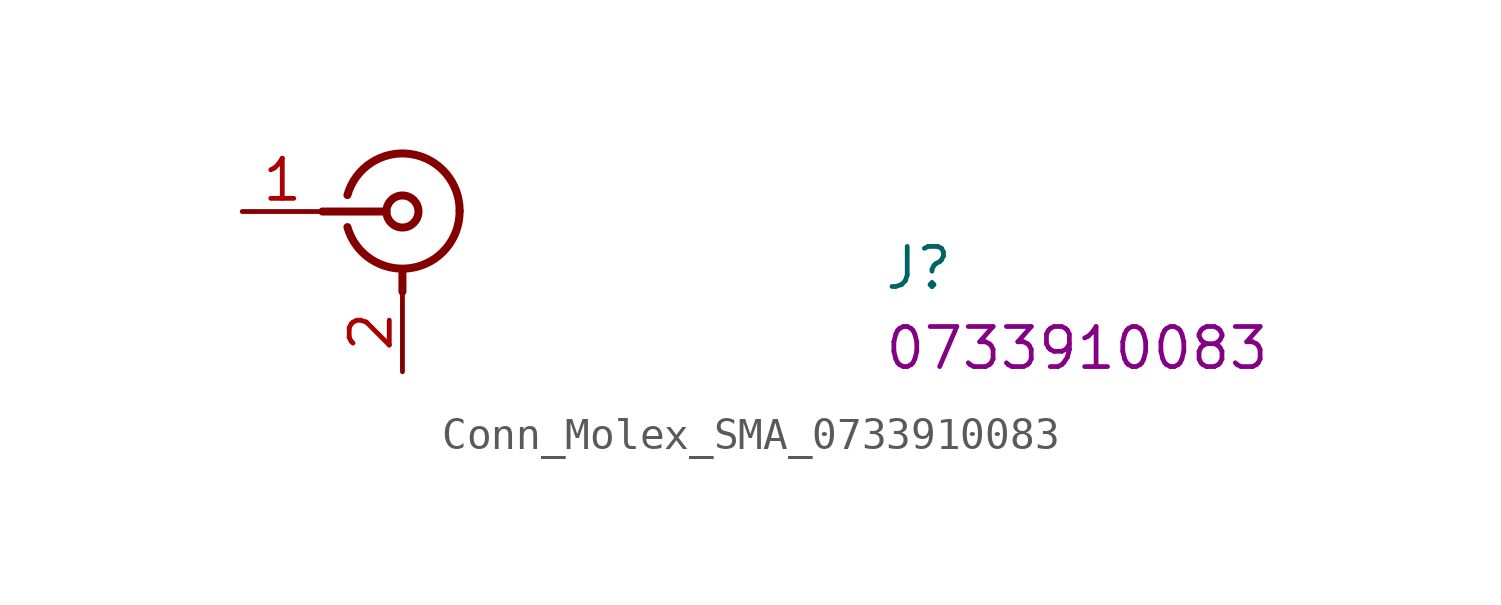
<source format=kicad_sym>
(kicad_symbol_lib
  (version 20220914)
  (generator kicad_symbol_editor)
  (symbol "Conn_Molex_SMA_0733910083"
    (pin_names hide)
    (property "Reference" "J"
      (at 20.32 -2.54 0)
      (effects (font (size 1.27 1.27) (thickness 0.15)) (justify left bottom)))
    (property "MPN" "0733910083"
      (at 20.32 -5.08 0)
      (effects (font (size 1.27 1.27) (thickness 0.15)) (justify left bottom)))
    (symbol "Conn_Molex_SMA_0733910083_0_0"
      (pin passive line (at 0 0 0) (length 2.54) (name "e" (effects (font (size 1.27 1.27)))) (number "1" (effects (font (size 1.27 1.27)))))
      (pin passive line (at 5.08 -5.08 90) (length 2.54) (name "SH" (effects (font (size 1.27 1.27)))) (number "2" (effects (font (size 1.27 1.27)))))
      (pin passive line (at 5.08 -5.08 90) (length 2.54) hide (name "SH" (effects (font (size 1.27 1.27)))) (number "3" (effects (font (size 1.27 1.27)))))
      (pin passive line (at 5.08 -5.08 90) (length 2.54) hide (name "SH" (effects (font (size 1.27 1.27)))) (number "4" (effects (font (size 1.27 1.27)))))
      (pin passive line (at 5.08 -5.08 90) (length 2.54) hide (name "SH" (effects (font (size 1.27 1.27)))) (number "5" (effects (font (size 1.27 1.27))))))
    (symbol "Conn_Molex_SMA_0733910083_1_1"
      (polyline (pts (xy 2.54 0) (xy 4.572 0)) (stroke (width 0.254) (type default)) (fill (type background)))
      (polyline (pts (xy 5.08 -2.54) (xy 5.08 -1.905)) (stroke (width 0.254) (type default)) (fill (type background)))
      (arc (start 3.3363 -0.4942) (mid 5.3363 -1.7942) (end 6.8923 0.0138) (stroke (width 0.254) (type default)) (fill (type none)))
      (circle (center 5.08 0) (radius 0.508) (stroke (width 0.254) (type default)) (fill (type none)))
      (arc (start 6.8923 0.0138) (mid 5.3363 1.8221) (end 3.3363 0.5218) (stroke (width 0.254) (type default)) (fill (type none))))))
</source>
